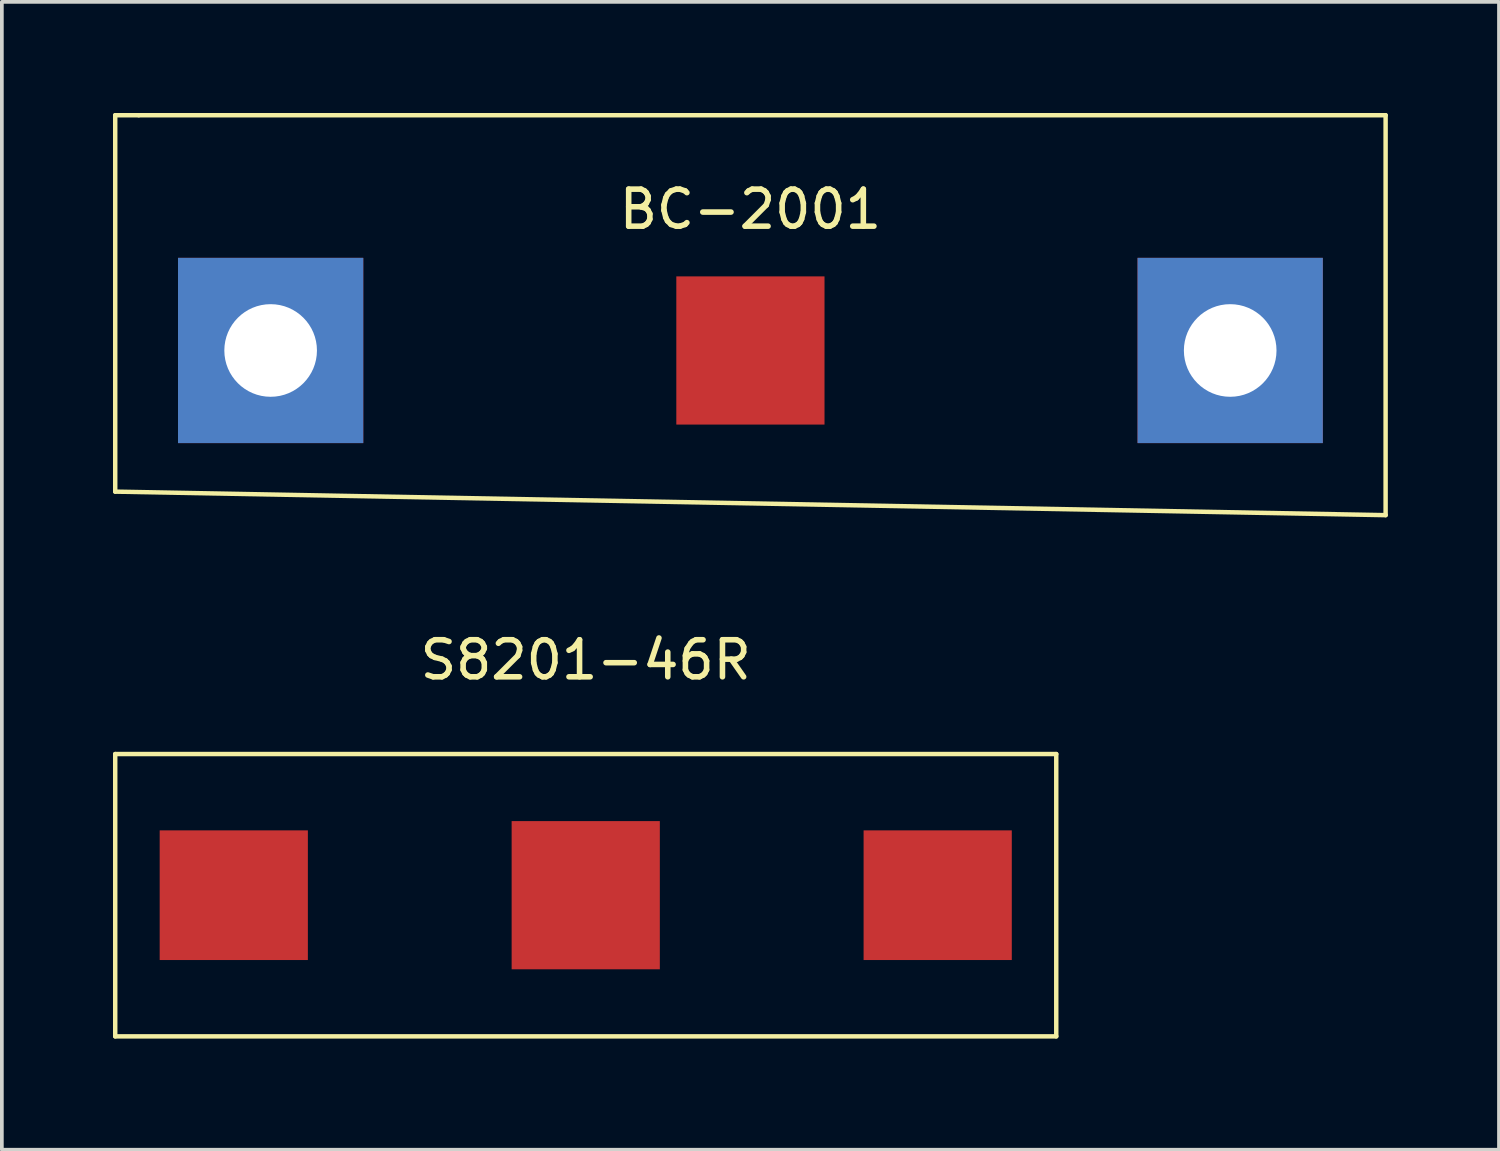
<source format=kicad_pcb>
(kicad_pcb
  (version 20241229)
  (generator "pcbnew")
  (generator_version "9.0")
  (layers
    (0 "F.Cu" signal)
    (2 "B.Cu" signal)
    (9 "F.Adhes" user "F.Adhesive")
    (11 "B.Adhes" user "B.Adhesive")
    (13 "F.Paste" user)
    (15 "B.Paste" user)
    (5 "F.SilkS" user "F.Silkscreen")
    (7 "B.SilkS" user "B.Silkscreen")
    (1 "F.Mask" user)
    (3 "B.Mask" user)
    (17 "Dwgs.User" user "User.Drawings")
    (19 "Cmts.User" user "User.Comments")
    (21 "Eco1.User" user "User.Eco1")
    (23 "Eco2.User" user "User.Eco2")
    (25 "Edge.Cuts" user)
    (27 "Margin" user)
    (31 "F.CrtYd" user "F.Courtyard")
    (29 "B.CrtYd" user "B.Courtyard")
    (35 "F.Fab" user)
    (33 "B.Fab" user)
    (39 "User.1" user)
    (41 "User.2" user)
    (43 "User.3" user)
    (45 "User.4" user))
  (footprint "S8201-46R"
    (layer "F.Cu")
    (at 12.76 21.113)
    (property "Reference" "S8201-46R" (at 0 -6.35 0) (layer "F.SilkS") (effects (font (size 1 1) (thickness 0.15))))
    (attr through_hole)
    (fp_line (start -12.7 -3.81) (end 12.7 -3.81) (stroke (width 0.12) (type solid)) (layer "F.SilkS"))
    (fp_line (start -12.7 3.81) (end -12.7 -3.81) (stroke (width 0.12) (type solid)) (layer "F.SilkS"))
    (fp_line (start 12.7 -3.81) (end 12.7 3.81) (stroke (width 0.12) (type solid)) (layer "F.SilkS"))
    (fp_line (start 12.7 3.81) (end -12.7 3.81) (stroke (width 0.12) (type solid)) (layer "F.SilkS"))
    (pad "1" smd rect (at 0 0) (size 4 4) (layers "F.Cu" "F.Mask" "F.Paste"))
    (pad "2" smd rect (at 9.5 0) (size 4 3.5) (layers "F.Cu" "F.Mask" "F.Paste"))
    (pad "3" smd rect (at -9.5 0) (size 4 3.5) (layers "F.Cu" "F.Mask" "F.Paste")))
  (footprint "BC-2001"
    (layer "F.Cu")
    (at 17.205 6.41)
    (property "Reference" "BC-2001" (at 0 -3.81 0) (layer "F.SilkS") (effects (font (size 1 1) (thickness 0.15))))
    (attr through_hole)
    (fp_line (start -17.145 -6.35) (end -16.51 -6.35) (stroke (width 0.12) (type solid)) (layer "F.SilkS"))
    (fp_line (start -17.145 3.81) (end -17.145 -6.35) (stroke (width 0.12) (type solid)) (layer "F.SilkS"))
    (fp_line (start -16.51 -6.35) (end 17.145 -6.35) (stroke (width 0.12) (type solid)) (layer "F.SilkS"))
    (fp_line (start 17.145 -6.35) (end 17.145 4.445) (stroke (width 0.12) (type solid)) (layer "F.SilkS"))
    (fp_line (start 17.145 4.445) (end -17.145 3.81) (stroke (width 0.12) (type solid)) (layer "F.SilkS"))
    (pad "1" smd rect (at 0 0) (size 4 4) (layers "F.Cu" "F.Mask" "F.Paste"))
    (pad "2" thru_hole rect (at 12.95 0) (size 5 5) (drill 2.5) (layers "*.Cu" "*.Mask"))
    (pad "3" thru_hole rect (at -12.95 0) (size 5 5) (drill 2.5) (layers "*.Cu" "*.Mask")))
  (gr_rect
    (start -3 -3)
    (end 37.41 27.983)
    (stroke (width 0.1) (type default))
    (fill no)
    (layer "Edge.Cuts")))
</source>
